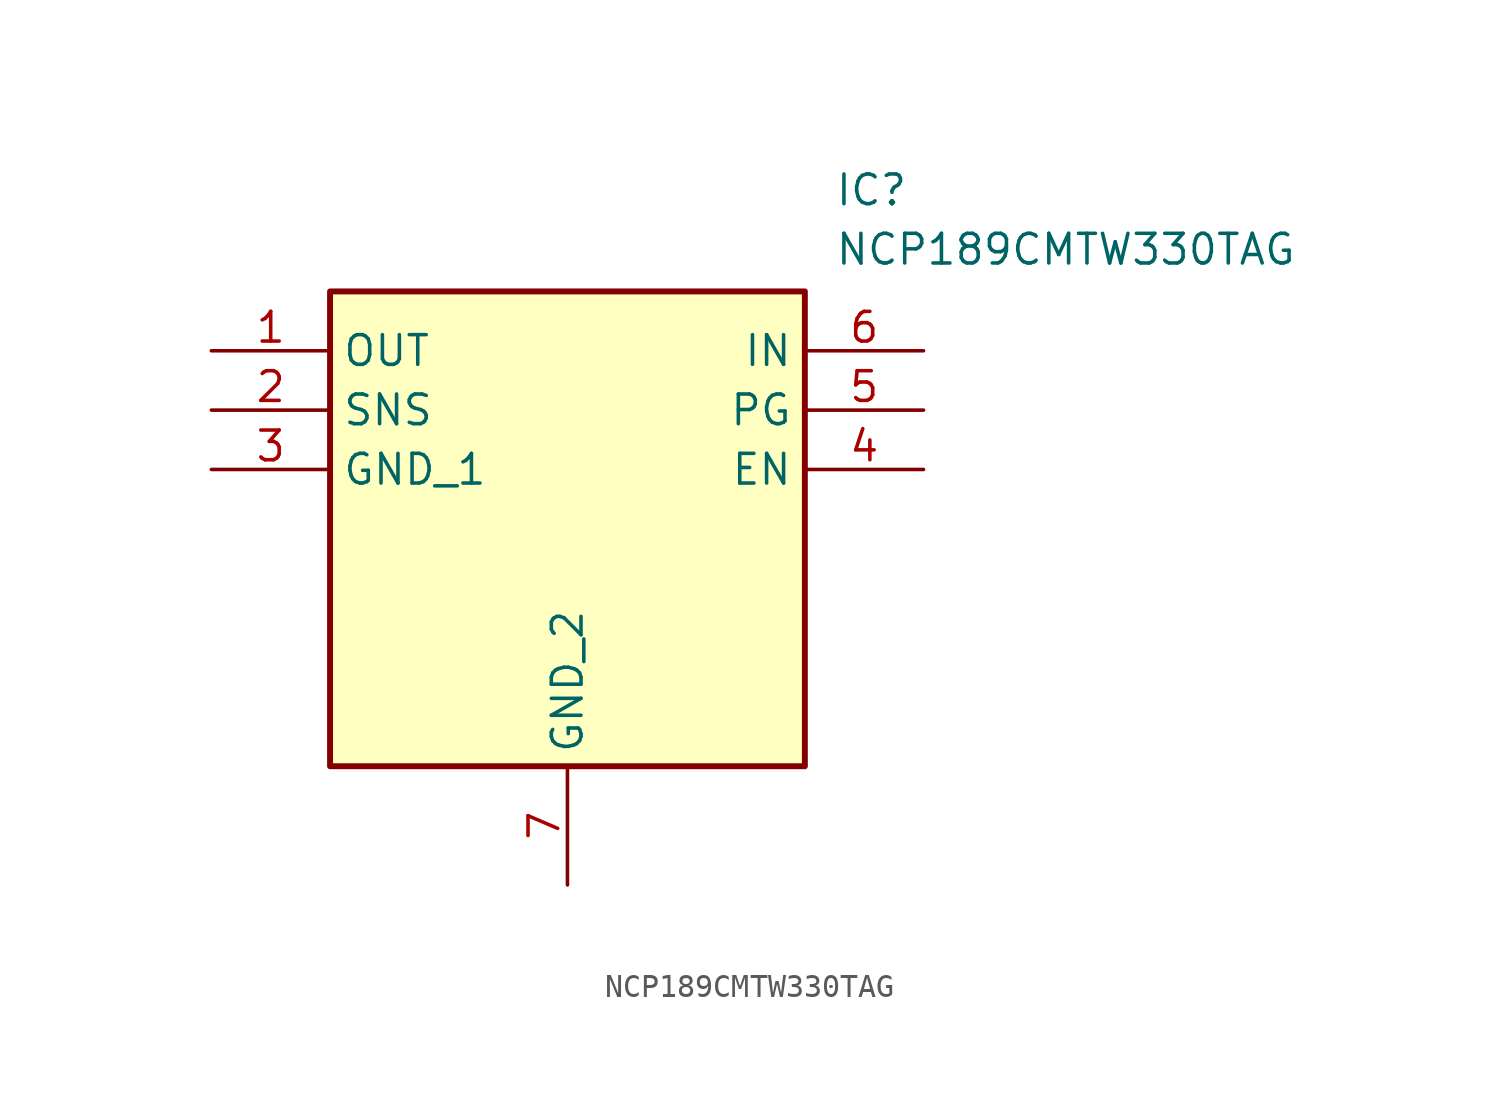
<source format=kicad_sym>
(kicad_symbol_lib
  (version 20211014)
  (generator SamacSys_ECAD_Model)
  (symbol "NCP189CMTW330TAG"
    (property "Reference" "IC"
      (at 26.67 7.62 0)
      (effects (font (size 1.27 1.27)) (justify left top)))
    (property "Value" "NCP189CMTW330TAG"
      (at 26.67 5.08 0)
      (effects (font (size 1.27 1.27)) (justify left top)))
    (rectangle
      (start 5.08 2.54)
      (end 25.4 -17.78)
      (stroke (width 0.254) (type default))
      (fill (type background)))
    (pin passive line
      (at 0 0 0)
      (length 5.08)
      (name "OUT" (effects (font (size 1.27 1.27))))
      (number "1" (effects (font (size 1.27 1.27)))))
    (pin passive line
      (at 0 -2.54 0)
      (length 5.08)
      (name "SNS" (effects (font (size 1.27 1.27))))
      (number "2" (effects (font (size 1.27 1.27)))))
    (pin passive line
      (at 0 -5.08 0)
      (length 5.08)
      (name "GND_1" (effects (font (size 1.27 1.27))))
      (number "3" (effects (font (size 1.27 1.27)))))
    (pin passive line
      (at 15.24 -22.86 90)
      (length 5.08)
      (name "GND_2" (effects (font (size 1.27 1.27))))
      (number "7" (effects (font (size 1.27 1.27)))))
    (pin passive line
      (at 30.48 0 180)
      (length 5.08)
      (name "IN" (effects (font (size 1.27 1.27))))
      (number "6" (effects (font (size 1.27 1.27)))))
    (pin passive line
      (at 30.48 -2.54 180)
      (length 5.08)
      (name "PG" (effects (font (size 1.27 1.27))))
      (number "5" (effects (font (size 1.27 1.27)))))
    (pin passive line
      (at 30.48 -5.08 180)
      (length 5.08)
      (name "EN" (effects (font (size 1.27 1.27))))
      (number "4" (effects (font (size 1.27 1.27)))))))
</source>
